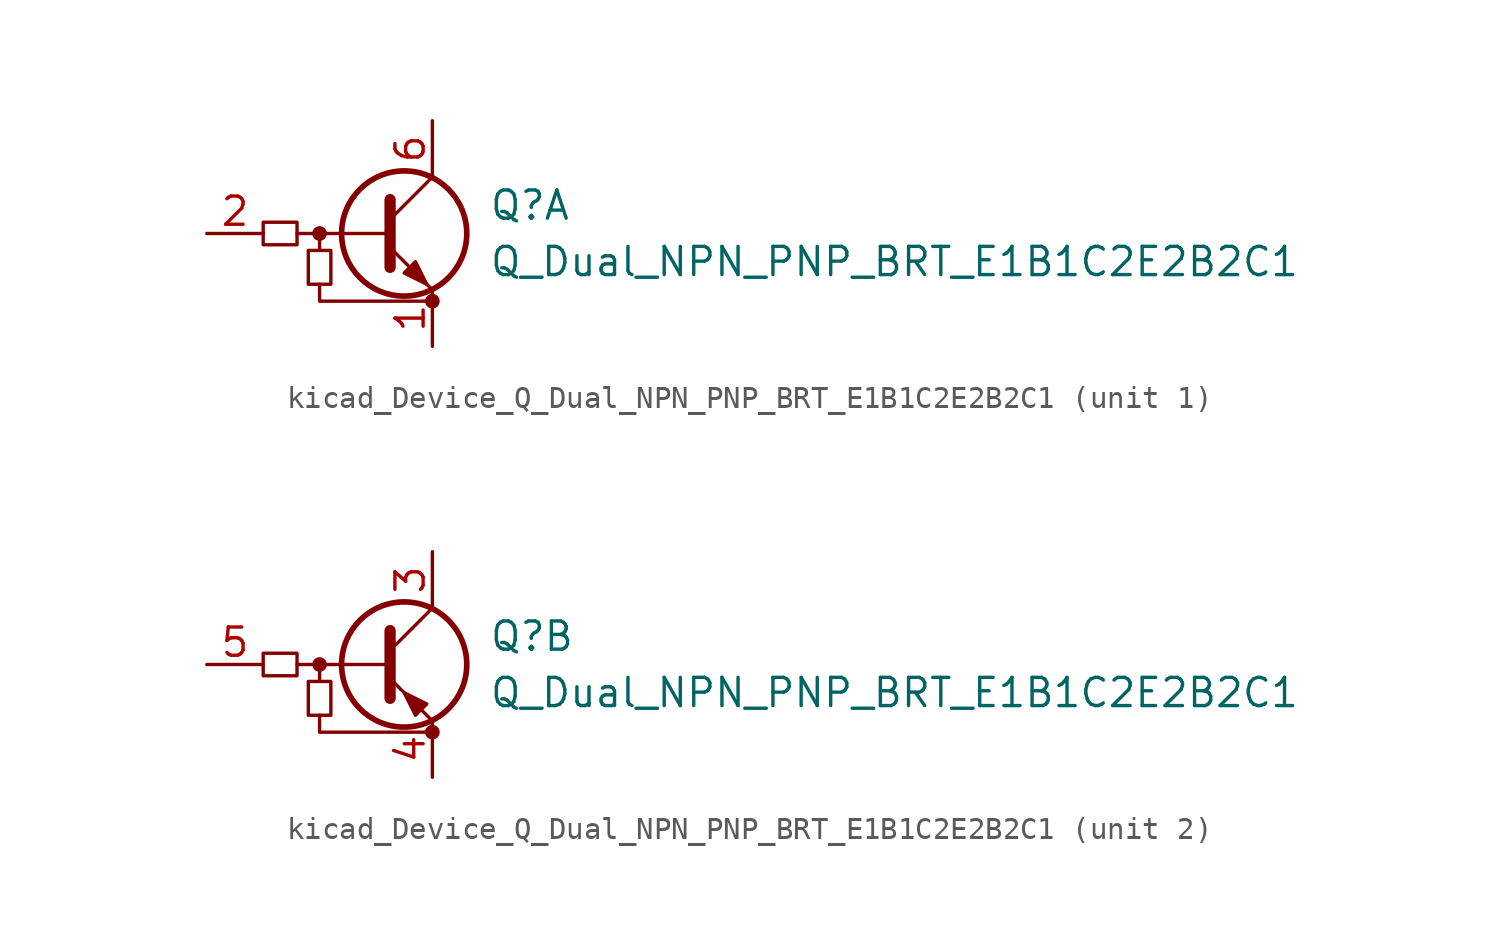
<source format=kicad_sym>
(kicad_symbol_lib
  (version 20220914)
  (generator kicad_symbol_editor)
  (symbol "kicad_Device_Q_Dual_NPN_PNP_BRT_E1B1C2E2B2C1"
    (pin_names hide)
    (property "Reference" "Q"
      (at 3.81 1.27 0)
      (effects (font (size 1.27 1.27)) (justify left)))
    (property "Value" "Q_Dual_NPN_PNP_BRT_E1B1C2E2B2C1"
      (at 3.81 -1.27 0)
      (effects (font (size 1.27 1.27)) (justify left)))
    (symbol "kicad_Device_Q_Dual_NPN_PNP_BRT_E1B1C2E2B2C1_0_1"
      (rectangle (start -6.35 0.508) (end -4.826 -0.508) (stroke (width 0) (type default)) (fill (type none)))
      (rectangle (start -4.318 -2.286) (end -3.302 -0.762) (stroke (width 0) (type default)) (fill (type none)))
      (circle (center -3.81 0) (radius 0.254) (stroke (width 0) (type default)) (fill (type outline)))
      (polyline (pts (xy -3.81 -0.762) (xy -3.81 0)) (stroke (width 0) (type default)) (fill (type none)))
      (polyline (pts (xy -0.762 0) (xy -4.826 0)) (stroke (width 0) (type default)) (fill (type none)))
      (polyline (pts (xy -0.635 1.524) (xy -0.635 -1.524)) (stroke (width 0.508) (type default)) (fill (type none)))
      (polyline (pts (xy -3.81 -2.286) (xy -3.81 -3.048) (xy 1.27 -3.048)) (stroke (width 0) (type default)) (fill (type none)))
      (circle (center 1.27 -3.048) (radius 0.254) (stroke (width 0) (type default)) (fill (type outline))))
    (symbol "kicad_Device_Q_Dual_NPN_PNP_BRT_E1B1C2E2B2C1_1_1"
      (polyline (pts (xy -0.635 0.635) (xy 1.27 2.54)) (stroke (width 0) (type default)) (fill (type none)))
      (polyline (pts (xy -0.635 -0.635) (xy 1.27 -2.54) (xy 1.27 -2.54)) (stroke (width 0) (type default)) (fill (type none)))
      (polyline (pts (xy 0 -1.778) (xy 0.508 -1.27) (xy 1.016 -2.286) (xy 0 -1.778) (xy 0 -1.778)) (stroke (width 0) (type default)) (fill (type outline)))
      (circle (center 0 0) (radius 2.819) (stroke (width 0.254) (type default)) (fill (type none)))
      (pin passive line (at 1.27 -5.08 90) (length 2.54) (name "E1" (effects (font (size 1.27 1.27)))) (number "1" (effects (font (size 1.27 1.27)))))
      (pin input line (at -8.89 0 0) (length 2.54) (name "B1" (effects (font (size 1.27 1.27)))) (number "2" (effects (font (size 1.27 1.27)))))
      (pin passive line (at 1.27 5.08 270) (length 2.54) (name "C1" (effects (font (size 1.27 1.27)))) (number "6" (effects (font (size 1.27 1.27))))))
    (symbol "kicad_Device_Q_Dual_NPN_PNP_BRT_E1B1C2E2B2C1_2_1"
      (polyline (pts (xy -0.635 0.635) (xy 1.27 2.54)) (stroke (width 0) (type default)) (fill (type none)))
      (polyline (pts (xy -0.635 -0.635) (xy 1.27 -2.54) (xy 1.27 -2.54)) (stroke (width 0) (type default)) (fill (type none)))
      (polyline (pts (xy 1.016 -1.778) (xy 0.508 -2.286) (xy 0 -1.27) (xy 1.016 -1.778) (xy 1.016 -1.778)) (stroke (width 0) (type default)) (fill (type outline)))
      (circle (center 0 0) (radius 2.819) (stroke (width 0.254) (type default)) (fill (type none)))
      (pin passive line (at 1.27 5.08 270) (length 2.54) (name "C1" (effects (font (size 1.27 1.27)))) (number "3" (effects (font (size 1.27 1.27)))))
      (pin passive line (at 1.27 -5.08 90) (length 2.54) (name "E1" (effects (font (size 1.27 1.27)))) (number "4" (effects (font (size 1.27 1.27)))))
      (pin input line (at -8.89 0 0) (length 2.54) (name "B1" (effects (font (size 1.27 1.27)))) (number "5" (effects (font (size 1.27 1.27))))))))
</source>
